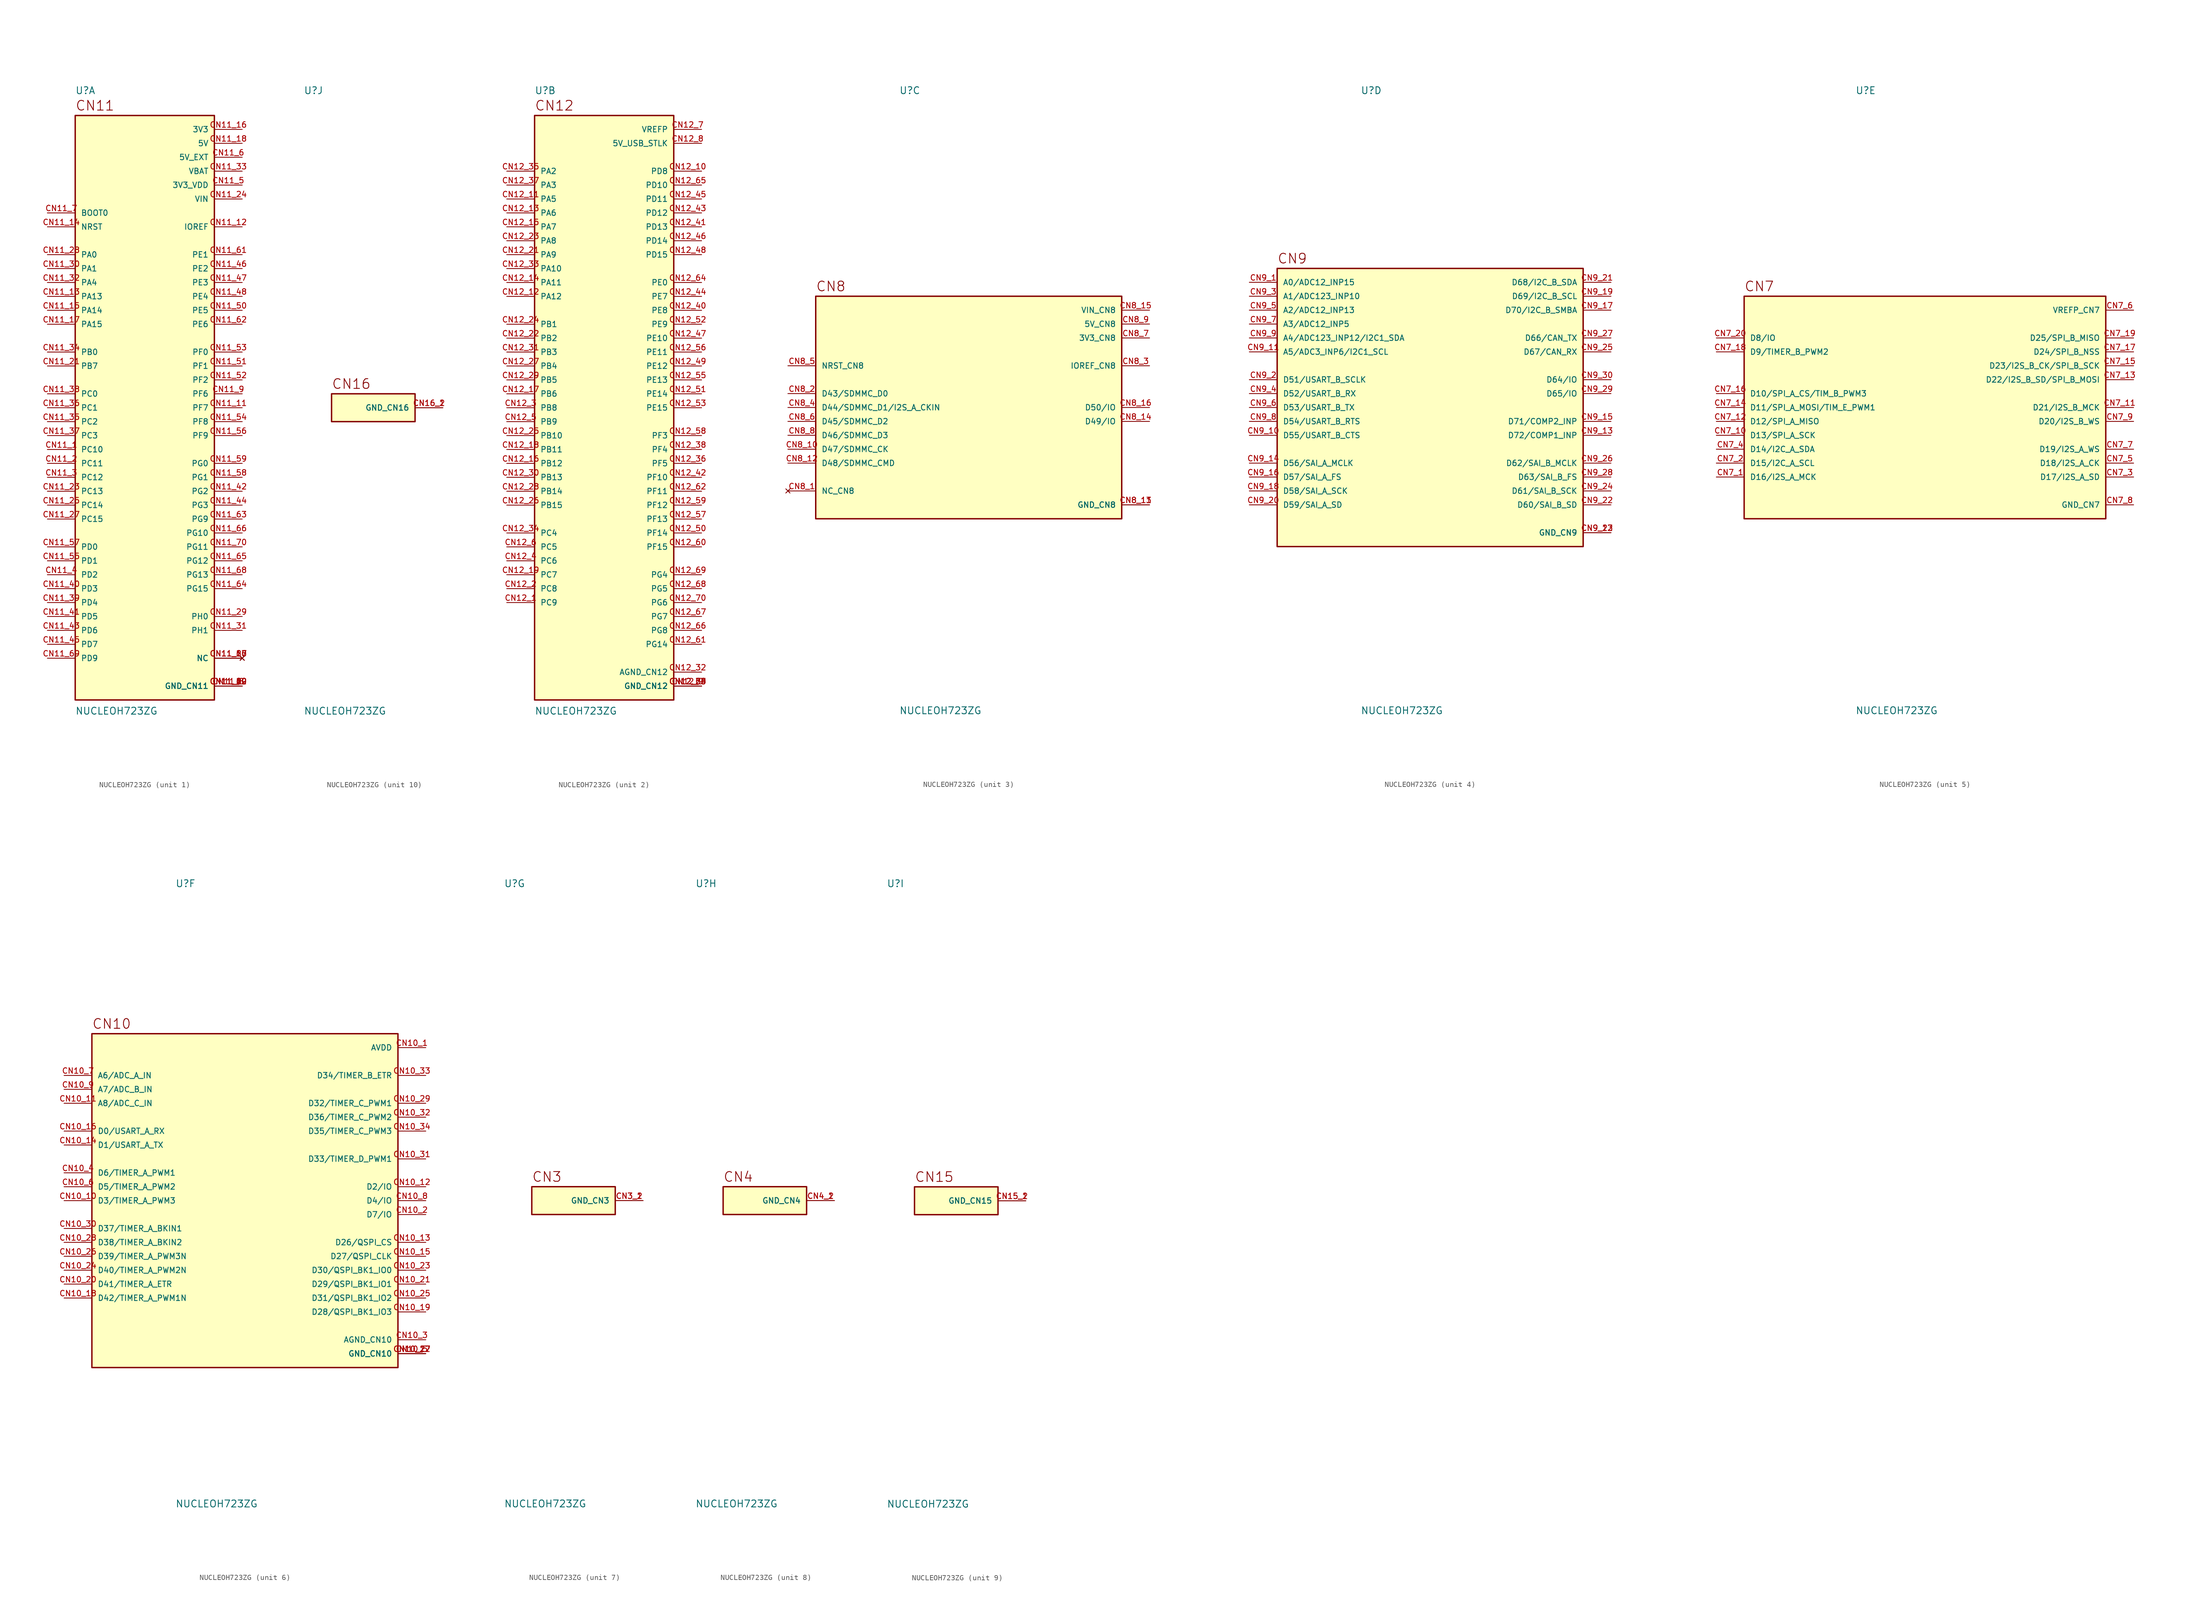
<source format=kicad_sym>
(kicad_symbol_lib
  (version 20220914)
  (generator kicad_symbol_editor)
  (symbol "NUCLEOH723ZG"
    (pin_names
      (offset 1.016))
    (property "Reference" "U"
      (at -12.7 57.15 0)
      (effects (font (size 1.27 1.27)) (justify left bottom)))
    (property "Value" "NUCLEOH723ZG"
      (at -12.7 -54.61 0)
      (effects (font (size 1.27 1.27)) (justify left top)))
    (symbol "NUCLEOH723ZG_1_0"
      (rectangle (start -12.7 -53.34) (end 12.7 53.34) (stroke (width 0.254) (type default)) (fill (type background)))
      (text "CN11" (at -12.7 54.102 0) (effects (font (size 1.778 1.778)) (justify left bottom)))
      (pin bidirectional line (at -17.78 -7.62 0) (length 5.08) (name "PC10" (effects (font (size 1.016 1.016)))) (number "CN11_1" (effects (font (size 1.016 1.016)))))
      (pin no_connect line (at 17.78 -45.72 180) (length 5.08) (name "NC" (effects (font (size 1.016 1.016)))) (number "CN11_10" (effects (font (size 1.016 1.016)))))
      (pin bidirectional line (at 17.78 0 180) (length 5.08) (name "PF7" (effects (font (size 1.016 1.016)))) (number "CN11_11" (effects (font (size 1.016 1.016)))))
      (pin bidirectional line (at 17.78 33.02 180) (length 5.08) (name "IOREF" (effects (font (size 1.016 1.016)))) (number "CN11_12" (effects (font (size 1.016 1.016)))))
      (pin bidirectional line (at -17.78 20.32 0) (length 5.08) (name "PA13" (effects (font (size 1.016 1.016)))) (number "CN11_13" (effects (font (size 1.016 1.016)))))
      (pin input line (at -17.78 33.02 0) (length 5.08) (name "NRST" (effects (font (size 1.016 1.016)))) (number "CN11_14" (effects (font (size 1.016 1.016)))))
      (pin bidirectional line (at -17.78 17.78 0) (length 5.08) (name "PA14" (effects (font (size 1.016 1.016)))) (number "CN11_15" (effects (font (size 1.016 1.016)))))
      (pin power_in line (at 17.78 50.8 180) (length 5.08) (name "3V3" (effects (font (size 1.016 1.016)))) (number "CN11_16" (effects (font (size 1.016 1.016)))))
      (pin bidirectional line (at -17.78 15.24 0) (length 5.08) (name "PA15" (effects (font (size 1.016 1.016)))) (number "CN11_17" (effects (font (size 1.016 1.016)))))
      (pin power_in line (at 17.78 48.26 180) (length 5.08) (name "5V" (effects (font (size 1.016 1.016)))) (number "CN11_18" (effects (font (size 1.016 1.016)))))
      (pin power_in line (at 17.78 -50.8 180) (length 5.08) (name "GND_CN11" (effects (font (size 1.016 1.016)))) (number "CN11_19" (effects (font (size 1.016 1.016)))))
      (pin bidirectional line (at -17.78 -10.16 0) (length 5.08) (name "PC11" (effects (font (size 1.016 1.016)))) (number "CN11_2" (effects (font (size 1.016 1.016)))))
      (pin power_in line (at 17.78 -50.8 180) (length 5.08) (name "GND_CN11" (effects (font (size 1.016 1.016)))) (number "CN11_20" (effects (font (size 1.016 1.016)))))
      (pin bidirectional line (at -17.78 7.62 0) (length 5.08) (name "PB7" (effects (font (size 1.016 1.016)))) (number "CN11_21" (effects (font (size 1.016 1.016)))))
      (pin power_in line (at 17.78 -50.8 180) (length 5.08) (name "GND_CN11" (effects (font (size 1.016 1.016)))) (number "CN11_22" (effects (font (size 1.016 1.016)))))
      (pin bidirectional line (at -17.78 -15.24 0) (length 5.08) (name "PC13" (effects (font (size 1.016 1.016)))) (number "CN11_23" (effects (font (size 1.016 1.016)))))
      (pin power_in line (at 17.78 38.1 180) (length 5.08) (name "VIN" (effects (font (size 1.016 1.016)))) (number "CN11_24" (effects (font (size 1.016 1.016)))))
      (pin bidirectional line (at -17.78 -17.78 0) (length 5.08) (name "PC14" (effects (font (size 1.016 1.016)))) (number "CN11_25" (effects (font (size 1.016 1.016)))))
      (pin no_connect line (at 17.78 -45.72 180) (length 5.08) (name "NC" (effects (font (size 1.016 1.016)))) (number "CN11_26" (effects (font (size 1.016 1.016)))))
      (pin bidirectional line (at -17.78 -20.32 0) (length 5.08) (name "PC15" (effects (font (size 1.016 1.016)))) (number "CN11_27" (effects (font (size 1.016 1.016)))))
      (pin bidirectional line (at -17.78 27.94 0) (length 5.08) (name "PA0" (effects (font (size 1.016 1.016)))) (number "CN11_28" (effects (font (size 1.016 1.016)))))
      (pin bidirectional line (at 17.78 -38.1 180) (length 5.08) (name "PH0" (effects (font (size 1.016 1.016)))) (number "CN11_29" (effects (font (size 1.016 1.016)))))
      (pin bidirectional line (at -17.78 -12.7 0) (length 5.08) (name "PC12" (effects (font (size 1.016 1.016)))) (number "CN11_3" (effects (font (size 1.016 1.016)))))
      (pin bidirectional line (at -17.78 25.4 0) (length 5.08) (name "PA1" (effects (font (size 1.016 1.016)))) (number "CN11_30" (effects (font (size 1.016 1.016)))))
      (pin bidirectional line (at 17.78 -40.64 180) (length 5.08) (name "PH1" (effects (font (size 1.016 1.016)))) (number "CN11_31" (effects (font (size 1.016 1.016)))))
      (pin bidirectional line (at -17.78 22.86 0) (length 5.08) (name "PA4" (effects (font (size 1.016 1.016)))) (number "CN11_32" (effects (font (size 1.016 1.016)))))
      (pin power_in line (at 17.78 43.18 180) (length 5.08) (name "VBAT" (effects (font (size 1.016 1.016)))) (number "CN11_33" (effects (font (size 1.016 1.016)))))
      (pin bidirectional line (at -17.78 10.16 0) (length 5.08) (name "PB0" (effects (font (size 1.016 1.016)))) (number "CN11_34" (effects (font (size 1.016 1.016)))))
      (pin bidirectional line (at -17.78 -2.54 0) (length 5.08) (name "PC2" (effects (font (size 1.016 1.016)))) (number "CN11_35" (effects (font (size 1.016 1.016)))))
      (pin bidirectional line (at -17.78 0 0) (length 5.08) (name "PC1" (effects (font (size 1.016 1.016)))) (number "CN11_36" (effects (font (size 1.016 1.016)))))
      (pin bidirectional line (at -17.78 -5.08 0) (length 5.08) (name "PC3" (effects (font (size 1.016 1.016)))) (number "CN11_37" (effects (font (size 1.016 1.016)))))
      (pin bidirectional line (at -17.78 2.54 0) (length 5.08) (name "PC0" (effects (font (size 1.016 1.016)))) (number "CN11_38" (effects (font (size 1.016 1.016)))))
      (pin bidirectional line (at -17.78 -35.56 0) (length 5.08) (name "PD4" (effects (font (size 1.016 1.016)))) (number "CN11_39" (effects (font (size 1.016 1.016)))))
      (pin bidirectional line (at -17.78 -30.48 0) (length 5.08) (name "PD2" (effects (font (size 1.016 1.016)))) (number "CN11_4" (effects (font (size 1.016 1.016)))))
      (pin bidirectional line (at -17.78 -33.02 0) (length 5.08) (name "PD3" (effects (font (size 1.016 1.016)))) (number "CN11_40" (effects (font (size 1.016 1.016)))))
      (pin bidirectional line (at -17.78 -38.1 0) (length 5.08) (name "PD5" (effects (font (size 1.016 1.016)))) (number "CN11_41" (effects (font (size 1.016 1.016)))))
      (pin bidirectional line (at 17.78 -15.24 180) (length 5.08) (name "PG2" (effects (font (size 1.016 1.016)))) (number "CN11_42" (effects (font (size 1.016 1.016)))))
      (pin bidirectional line (at -17.78 -40.64 0) (length 5.08) (name "PD6" (effects (font (size 1.016 1.016)))) (number "CN11_43" (effects (font (size 1.016 1.016)))))
      (pin bidirectional line (at 17.78 -17.78 180) (length 5.08) (name "PG3" (effects (font (size 1.016 1.016)))) (number "CN11_44" (effects (font (size 1.016 1.016)))))
      (pin bidirectional line (at -17.78 -43.18 0) (length 5.08) (name "PD7" (effects (font (size 1.016 1.016)))) (number "CN11_45" (effects (font (size 1.016 1.016)))))
      (pin bidirectional line (at 17.78 25.4 180) (length 5.08) (name "PE2" (effects (font (size 1.016 1.016)))) (number "CN11_46" (effects (font (size 1.016 1.016)))))
      (pin bidirectional line (at 17.78 22.86 180) (length 5.08) (name "PE3" (effects (font (size 1.016 1.016)))) (number "CN11_47" (effects (font (size 1.016 1.016)))))
      (pin bidirectional line (at 17.78 20.32 180) (length 5.08) (name "PE4" (effects (font (size 1.016 1.016)))) (number "CN11_48" (effects (font (size 1.016 1.016)))))
      (pin power_in line (at 17.78 -50.8 180) (length 5.08) (name "GND_CN11" (effects (font (size 1.016 1.016)))) (number "CN11_49" (effects (font (size 1.016 1.016)))))
      (pin power_in line (at 17.78 40.64 180) (length 5.08) (name "3V3_VDD" (effects (font (size 1.016 1.016)))) (number "CN11_5" (effects (font (size 1.016 1.016)))))
      (pin bidirectional line (at 17.78 17.78 180) (length 5.08) (name "PE5" (effects (font (size 1.016 1.016)))) (number "CN11_50" (effects (font (size 1.016 1.016)))))
      (pin bidirectional line (at 17.78 7.62 180) (length 5.08) (name "PF1" (effects (font (size 1.016 1.016)))) (number "CN11_51" (effects (font (size 1.016 1.016)))))
      (pin bidirectional line (at 17.78 5.08 180) (length 5.08) (name "PF2" (effects (font (size 1.016 1.016)))) (number "CN11_52" (effects (font (size 1.016 1.016)))))
      (pin bidirectional line (at 17.78 10.16 180) (length 5.08) (name "PF0" (effects (font (size 1.016 1.016)))) (number "CN11_53" (effects (font (size 1.016 1.016)))))
      (pin bidirectional line (at 17.78 -2.54 180) (length 5.08) (name "PF8" (effects (font (size 1.016 1.016)))) (number "CN11_54" (effects (font (size 1.016 1.016)))))
      (pin bidirectional line (at -17.78 -27.94 0) (length 5.08) (name "PD1" (effects (font (size 1.016 1.016)))) (number "CN11_55" (effects (font (size 1.016 1.016)))))
      (pin bidirectional line (at 17.78 -5.08 180) (length 5.08) (name "PF9" (effects (font (size 1.016 1.016)))) (number "CN11_56" (effects (font (size 1.016 1.016)))))
      (pin bidirectional line (at -17.78 -25.4 0) (length 5.08) (name "PD0" (effects (font (size 1.016 1.016)))) (number "CN11_57" (effects (font (size 1.016 1.016)))))
      (pin bidirectional line (at 17.78 -12.7 180) (length 5.08) (name "PG1" (effects (font (size 1.016 1.016)))) (number "CN11_58" (effects (font (size 1.016 1.016)))))
      (pin bidirectional line (at 17.78 -10.16 180) (length 5.08) (name "PG0" (effects (font (size 1.016 1.016)))) (number "CN11_59" (effects (font (size 1.016 1.016)))))
      (pin power_in line (at 17.78 45.72 180) (length 5.08) (name "5V_EXT" (effects (font (size 1.016 1.016)))) (number "CN11_6" (effects (font (size 1.016 1.016)))))
      (pin power_in line (at 17.78 -50.8 180) (length 5.08) (name "GND_CN11" (effects (font (size 1.016 1.016)))) (number "CN11_60" (effects (font (size 1.016 1.016)))))
      (pin bidirectional line (at 17.78 27.94 180) (length 5.08) (name "PE1" (effects (font (size 1.016 1.016)))) (number "CN11_61" (effects (font (size 1.016 1.016)))))
      (pin bidirectional line (at 17.78 15.24 180) (length 5.08) (name "PE6" (effects (font (size 1.016 1.016)))) (number "CN11_62" (effects (font (size 1.016 1.016)))))
      (pin bidirectional line (at 17.78 -20.32 180) (length 5.08) (name "PG9" (effects (font (size 1.016 1.016)))) (number "CN11_63" (effects (font (size 1.016 1.016)))))
      (pin bidirectional line (at 17.78 -33.02 180) (length 5.08) (name "PG15" (effects (font (size 1.016 1.016)))) (number "CN11_64" (effects (font (size 1.016 1.016)))))
      (pin bidirectional line (at 17.78 -27.94 180) (length 5.08) (name "PG12" (effects (font (size 1.016 1.016)))) (number "CN11_65" (effects (font (size 1.016 1.016)))))
      (pin bidirectional line (at 17.78 -22.86 180) (length 5.08) (name "PG10" (effects (font (size 1.016 1.016)))) (number "CN11_66" (effects (font (size 1.016 1.016)))))
      (pin no_connect line (at 17.78 -45.72 180) (length 5.08) (name "NC" (effects (font (size 1.016 1.016)))) (number "CN11_67" (effects (font (size 1.016 1.016)))))
      (pin bidirectional line (at 17.78 -30.48 180) (length 5.08) (name "PG13" (effects (font (size 1.016 1.016)))) (number "CN11_68" (effects (font (size 1.016 1.016)))))
      (pin bidirectional line (at -17.78 -45.72 0) (length 5.08) (name "PD9" (effects (font (size 1.016 1.016)))) (number "CN11_69" (effects (font (size 1.016 1.016)))))
      (pin input line (at -17.78 35.56 0) (length 5.08) (name "BOOT0" (effects (font (size 1.016 1.016)))) (number "CN11_7" (effects (font (size 1.016 1.016)))))
      (pin bidirectional line (at 17.78 -25.4 180) (length 5.08) (name "PG11" (effects (font (size 1.016 1.016)))) (number "CN11_70" (effects (font (size 1.016 1.016)))))
      (pin power_in line (at 17.78 -50.8 180) (length 5.08) (name "GND_CN11" (effects (font (size 1.016 1.016)))) (number "CN11_8" (effects (font (size 1.016 1.016)))))
      (pin bidirectional line (at 17.78 2.54 180) (length 5.08) (name "PF6" (effects (font (size 1.016 1.016)))) (number "CN11_9" (effects (font (size 1.016 1.016))))))
    (symbol "NUCLEOH723ZG_2_0"
      (rectangle (start -12.7 -53.34) (end 12.7 53.34) (stroke (width 0.254) (type default)) (fill (type background)))
      (text "CN12" (at -12.7 54.102 0) (effects (font (size 1.778 1.778)) (justify left bottom)))
      (pin bidirectional line (at -17.78 -35.56 0) (length 5.08) (name "PC9" (effects (font (size 1.016 1.016)))) (number "CN12_1" (effects (font (size 1.016 1.016)))))
      (pin bidirectional line (at 17.78 43.18 180) (length 5.08) (name "PD8" (effects (font (size 1.016 1.016)))) (number "CN12_10" (effects (font (size 1.016 1.016)))))
      (pin bidirectional line (at -17.78 38.1 0) (length 5.08) (name "PA5" (effects (font (size 1.016 1.016)))) (number "CN12_11" (effects (font (size 1.016 1.016)))))
      (pin bidirectional line (at -17.78 20.32 0) (length 5.08) (name "PA12" (effects (font (size 1.016 1.016)))) (number "CN12_12" (effects (font (size 1.016 1.016)))))
      (pin bidirectional line (at -17.78 35.56 0) (length 5.08) (name "PA6" (effects (font (size 1.016 1.016)))) (number "CN12_13" (effects (font (size 1.016 1.016)))))
      (pin bidirectional line (at -17.78 22.86 0) (length 5.08) (name "PA11" (effects (font (size 1.016 1.016)))) (number "CN12_14" (effects (font (size 1.016 1.016)))))
      (pin bidirectional line (at -17.78 33.02 0) (length 5.08) (name "PA7" (effects (font (size 1.016 1.016)))) (number "CN12_15" (effects (font (size 1.016 1.016)))))
      (pin bidirectional line (at -17.78 -10.16 0) (length 5.08) (name "PB12" (effects (font (size 1.016 1.016)))) (number "CN12_16" (effects (font (size 1.016 1.016)))))
      (pin bidirectional line (at -17.78 2.54 0) (length 5.08) (name "PB6" (effects (font (size 1.016 1.016)))) (number "CN12_17" (effects (font (size 1.016 1.016)))))
      (pin bidirectional line (at -17.78 -7.62 0) (length 5.08) (name "PB11" (effects (font (size 1.016 1.016)))) (number "CN12_18" (effects (font (size 1.016 1.016)))))
      (pin bidirectional line (at -17.78 -30.48 0) (length 5.08) (name "PC7" (effects (font (size 1.016 1.016)))) (number "CN12_19" (effects (font (size 1.016 1.016)))))
      (pin bidirectional line (at -17.78 -33.02 0) (length 5.08) (name "PC8" (effects (font (size 1.016 1.016)))) (number "CN12_2" (effects (font (size 1.016 1.016)))))
      (pin power_in line (at 17.78 -50.8 180) (length 5.08) (name "GND_CN12" (effects (font (size 1.016 1.016)))) (number "CN12_20" (effects (font (size 1.016 1.016)))))
      (pin bidirectional line (at -17.78 27.94 0) (length 5.08) (name "PA9" (effects (font (size 1.016 1.016)))) (number "CN12_21" (effects (font (size 1.016 1.016)))))
      (pin bidirectional line (at -17.78 12.7 0) (length 5.08) (name "PB2" (effects (font (size 1.016 1.016)))) (number "CN12_22" (effects (font (size 1.016 1.016)))))
      (pin bidirectional line (at -17.78 30.48 0) (length 5.08) (name "PA8" (effects (font (size 1.016 1.016)))) (number "CN12_23" (effects (font (size 1.016 1.016)))))
      (pin bidirectional line (at -17.78 15.24 0) (length 5.08) (name "PB1" (effects (font (size 1.016 1.016)))) (number "CN12_24" (effects (font (size 1.016 1.016)))))
      (pin bidirectional line (at -17.78 -5.08 0) (length 5.08) (name "PB10" (effects (font (size 1.016 1.016)))) (number "CN12_25" (effects (font (size 1.016 1.016)))))
      (pin bidirectional line (at -17.78 -17.78 0) (length 5.08) (name "PB15" (effects (font (size 1.016 1.016)))) (number "CN12_26" (effects (font (size 1.016 1.016)))))
      (pin bidirectional line (at -17.78 7.62 0) (length 5.08) (name "PB4" (effects (font (size 1.016 1.016)))) (number "CN12_27" (effects (font (size 1.016 1.016)))))
      (pin bidirectional line (at -17.78 -15.24 0) (length 5.08) (name "PB14" (effects (font (size 1.016 1.016)))) (number "CN12_28" (effects (font (size 1.016 1.016)))))
      (pin bidirectional line (at -17.78 5.08 0) (length 5.08) (name "PB5" (effects (font (size 1.016 1.016)))) (number "CN12_29" (effects (font (size 1.016 1.016)))))
      (pin bidirectional line (at -17.78 0 0) (length 5.08) (name "PB8" (effects (font (size 1.016 1.016)))) (number "CN12_3" (effects (font (size 1.016 1.016)))))
      (pin bidirectional line (at -17.78 -12.7 0) (length 5.08) (name "PB13" (effects (font (size 1.016 1.016)))) (number "CN12_30" (effects (font (size 1.016 1.016)))))
      (pin bidirectional line (at -17.78 10.16 0) (length 5.08) (name "PB3" (effects (font (size 1.016 1.016)))) (number "CN12_31" (effects (font (size 1.016 1.016)))))
      (pin power_in line (at 17.78 -48.26 180) (length 5.08) (name "AGND_CN12" (effects (font (size 1.016 1.016)))) (number "CN12_32" (effects (font (size 1.016 1.016)))))
      (pin bidirectional line (at -17.78 25.4 0) (length 5.08) (name "PA10" (effects (font (size 1.016 1.016)))) (number "CN12_33" (effects (font (size 1.016 1.016)))))
      (pin bidirectional line (at -17.78 -22.86 0) (length 5.08) (name "PC4" (effects (font (size 1.016 1.016)))) (number "CN12_34" (effects (font (size 1.016 1.016)))))
      (pin bidirectional line (at -17.78 43.18 0) (length 5.08) (name "PA2" (effects (font (size 1.016 1.016)))) (number "CN12_35" (effects (font (size 1.016 1.016)))))
      (pin bidirectional line (at 17.78 -10.16 180) (length 5.08) (name "PF5" (effects (font (size 1.016 1.016)))) (number "CN12_36" (effects (font (size 1.016 1.016)))))
      (pin bidirectional line (at -17.78 40.64 0) (length 5.08) (name "PA3" (effects (font (size 1.016 1.016)))) (number "CN12_37" (effects (font (size 1.016 1.016)))))
      (pin bidirectional line (at 17.78 -7.62 180) (length 5.08) (name "PF4" (effects (font (size 1.016 1.016)))) (number "CN12_38" (effects (font (size 1.016 1.016)))))
      (pin power_in line (at 17.78 -50.8 180) (length 5.08) (name "GND_CN12" (effects (font (size 1.016 1.016)))) (number "CN12_39" (effects (font (size 1.016 1.016)))))
      (pin bidirectional line (at -17.78 -27.94 0) (length 5.08) (name "PC6" (effects (font (size 1.016 1.016)))) (number "CN12_4" (effects (font (size 1.016 1.016)))))
      (pin bidirectional line (at 17.78 17.78 180) (length 5.08) (name "PE8" (effects (font (size 1.016 1.016)))) (number "CN12_40" (effects (font (size 1.016 1.016)))))
      (pin bidirectional line (at 17.78 33.02 180) (length 5.08) (name "PD13" (effects (font (size 1.016 1.016)))) (number "CN12_41" (effects (font (size 1.016 1.016)))))
      (pin bidirectional line (at 17.78 -12.7 180) (length 5.08) (name "PF10" (effects (font (size 1.016 1.016)))) (number "CN12_42" (effects (font (size 1.016 1.016)))))
      (pin bidirectional line (at 17.78 35.56 180) (length 5.08) (name "PD12" (effects (font (size 1.016 1.016)))) (number "CN12_43" (effects (font (size 1.016 1.016)))))
      (pin bidirectional line (at 17.78 20.32 180) (length 5.08) (name "PE7" (effects (font (size 1.016 1.016)))) (number "CN12_44" (effects (font (size 1.016 1.016)))))
      (pin bidirectional line (at 17.78 38.1 180) (length 5.08) (name "PD11" (effects (font (size 1.016 1.016)))) (number "CN12_45" (effects (font (size 1.016 1.016)))))
      (pin bidirectional line (at 17.78 30.48 180) (length 5.08) (name "PD14" (effects (font (size 1.016 1.016)))) (number "CN12_46" (effects (font (size 1.016 1.016)))))
      (pin bidirectional line (at 17.78 12.7 180) (length 5.08) (name "PE10" (effects (font (size 1.016 1.016)))) (number "CN12_47" (effects (font (size 1.016 1.016)))))
      (pin bidirectional line (at 17.78 27.94 180) (length 5.08) (name "PD15" (effects (font (size 1.016 1.016)))) (number "CN12_48" (effects (font (size 1.016 1.016)))))
      (pin bidirectional line (at 17.78 7.62 180) (length 5.08) (name "PE12" (effects (font (size 1.016 1.016)))) (number "CN12_49" (effects (font (size 1.016 1.016)))))
      (pin bidirectional line (at -17.78 -2.54 0) (length 5.08) (name "PB9" (effects (font (size 1.016 1.016)))) (number "CN12_5" (effects (font (size 1.016 1.016)))))
      (pin bidirectional line (at 17.78 -22.86 180) (length 5.08) (name "PF14" (effects (font (size 1.016 1.016)))) (number "CN12_50" (effects (font (size 1.016 1.016)))))
      (pin bidirectional line (at 17.78 2.54 180) (length 5.08) (name "PE14" (effects (font (size 1.016 1.016)))) (number "CN12_51" (effects (font (size 1.016 1.016)))))
      (pin bidirectional line (at 17.78 15.24 180) (length 5.08) (name "PE9" (effects (font (size 1.016 1.016)))) (number "CN12_52" (effects (font (size 1.016 1.016)))))
      (pin bidirectional line (at 17.78 0 180) (length 5.08) (name "PE15" (effects (font (size 1.016 1.016)))) (number "CN12_53" (effects (font (size 1.016 1.016)))))
      (pin power_in line (at 17.78 -50.8 180) (length 5.08) (name "GND_CN12" (effects (font (size 1.016 1.016)))) (number "CN12_54" (effects (font (size 1.016 1.016)))))
      (pin bidirectional line (at 17.78 5.08 180) (length 5.08) (name "PE13" (effects (font (size 1.016 1.016)))) (number "CN12_55" (effects (font (size 1.016 1.016)))))
      (pin bidirectional line (at 17.78 10.16 180) (length 5.08) (name "PE11" (effects (font (size 1.016 1.016)))) (number "CN12_56" (effects (font (size 1.016 1.016)))))
      (pin bidirectional line (at 17.78 -20.32 180) (length 5.08) (name "PF13" (effects (font (size 1.016 1.016)))) (number "CN12_57" (effects (font (size 1.016 1.016)))))
      (pin bidirectional line (at 17.78 -5.08 180) (length 5.08) (name "PF3" (effects (font (size 1.016 1.016)))) (number "CN12_58" (effects (font (size 1.016 1.016)))))
      (pin bidirectional line (at 17.78 -17.78 180) (length 5.08) (name "PF12" (effects (font (size 1.016 1.016)))) (number "CN12_59" (effects (font (size 1.016 1.016)))))
      (pin bidirectional line (at -17.78 -25.4 0) (length 5.08) (name "PC5" (effects (font (size 1.016 1.016)))) (number "CN12_6" (effects (font (size 1.016 1.016)))))
      (pin bidirectional line (at 17.78 -25.4 180) (length 5.08) (name "PF15" (effects (font (size 1.016 1.016)))) (number "CN12_60" (effects (font (size 1.016 1.016)))))
      (pin bidirectional line (at 17.78 -43.18 180) (length 5.08) (name "PG14" (effects (font (size 1.016 1.016)))) (number "CN12_61" (effects (font (size 1.016 1.016)))))
      (pin bidirectional line (at 17.78 -15.24 180) (length 5.08) (name "PF11" (effects (font (size 1.016 1.016)))) (number "CN12_62" (effects (font (size 1.016 1.016)))))
      (pin power_in line (at 17.78 -50.8 180) (length 5.08) (name "GND_CN12" (effects (font (size 1.016 1.016)))) (number "CN12_63" (effects (font (size 1.016 1.016)))))
      (pin bidirectional line (at 17.78 22.86 180) (length 5.08) (name "PE0" (effects (font (size 1.016 1.016)))) (number "CN12_64" (effects (font (size 1.016 1.016)))))
      (pin bidirectional line (at 17.78 40.64 180) (length 5.08) (name "PD10" (effects (font (size 1.016 1.016)))) (number "CN12_65" (effects (font (size 1.016 1.016)))))
      (pin bidirectional line (at 17.78 -40.64 180) (length 5.08) (name "PG8" (effects (font (size 1.016 1.016)))) (number "CN12_66" (effects (font (size 1.016 1.016)))))
      (pin bidirectional line (at 17.78 -38.1 180) (length 5.08) (name "PG7" (effects (font (size 1.016 1.016)))) (number "CN12_67" (effects (font (size 1.016 1.016)))))
      (pin bidirectional line (at 17.78 -33.02 180) (length 5.08) (name "PG5" (effects (font (size 1.016 1.016)))) (number "CN12_68" (effects (font (size 1.016 1.016)))))
      (pin bidirectional line (at 17.78 -30.48 180) (length 5.08) (name "PG4" (effects (font (size 1.016 1.016)))) (number "CN12_69" (effects (font (size 1.016 1.016)))))
      (pin power_in line (at 17.78 50.8 180) (length 5.08) (name "VREFP" (effects (font (size 1.016 1.016)))) (number "CN12_7" (effects (font (size 1.016 1.016)))))
      (pin bidirectional line (at 17.78 -35.56 180) (length 5.08) (name "PG6" (effects (font (size 1.016 1.016)))) (number "CN12_70" (effects (font (size 1.016 1.016)))))
      (pin power_in line (at 17.78 48.26 180) (length 5.08) (name "5V_USB_STLK" (effects (font (size 1.016 1.016)))) (number "CN12_8" (effects (font (size 1.016 1.016)))))
      (pin power_in line (at 17.78 -50.8 180) (length 5.08) (name "GND_CN12" (effects (font (size 1.016 1.016)))) (number "CN12_9" (effects (font (size 1.016 1.016))))))
    (symbol "NUCLEOH723ZG_3_0"
      (rectangle (start -27.94 -20.32) (end 27.94 20.32) (stroke (width 0.254) (type default)) (fill (type background)))
      (text "CN8" (at -27.94 21.082 0) (effects (font (size 1.778 1.778)) (justify left bottom)))
      (pin no_connect line (at -33.02 -15.24 0) (length 5.08) (name "NC_CN8" (effects (font (size 1.016 1.016)))) (number "CN8_1" (effects (font (size 1.016 1.016)))))
      (pin bidirectional line (at -33.02 -7.62 0) (length 5.08) (name "D47/SDMMC_CK" (effects (font (size 1.016 1.016)))) (number "CN8_10" (effects (font (size 1.016 1.016)))))
      (pin power_in line (at 33.02 -17.78 180) (length 5.08) (name "GND_CN8" (effects (font (size 1.016 1.016)))) (number "CN8_11" (effects (font (size 1.016 1.016)))))
      (pin bidirectional line (at -33.02 -10.16 0) (length 5.08) (name "D48/SDMMC_CMD" (effects (font (size 1.016 1.016)))) (number "CN8_12" (effects (font (size 1.016 1.016)))))
      (pin power_in line (at 33.02 -17.78 180) (length 5.08) (name "GND_CN8" (effects (font (size 1.016 1.016)))) (number "CN8_13" (effects (font (size 1.016 1.016)))))
      (pin bidirectional line (at 33.02 -2.54 180) (length 5.08) (name "D49/IO" (effects (font (size 1.016 1.016)))) (number "CN8_14" (effects (font (size 1.016 1.016)))))
      (pin power_in line (at 33.02 17.78 180) (length 5.08) (name "VIN_CN8" (effects (font (size 1.016 1.016)))) (number "CN8_15" (effects (font (size 1.016 1.016)))))
      (pin bidirectional line (at 33.02 0 180) (length 5.08) (name "D50/IO" (effects (font (size 1.016 1.016)))) (number "CN8_16" (effects (font (size 1.016 1.016)))))
      (pin bidirectional line (at -33.02 2.54 0) (length 5.08) (name "D43/SDMMC_D0" (effects (font (size 1.016 1.016)))) (number "CN8_2" (effects (font (size 1.016 1.016)))))
      (pin bidirectional line (at 33.02 7.62 180) (length 5.08) (name "IOREF_CN8" (effects (font (size 1.016 1.016)))) (number "CN8_3" (effects (font (size 1.016 1.016)))))
      (pin bidirectional line (at -33.02 0 0) (length 5.08) (name "D44/SDMMC_D1/I2S_A_CKIN" (effects (font (size 1.016 1.016)))) (number "CN8_4" (effects (font (size 1.016 1.016)))))
      (pin input line (at -33.02 7.62 0) (length 5.08) (name "NRST_CN8" (effects (font (size 1.016 1.016)))) (number "CN8_5" (effects (font (size 1.016 1.016)))))
      (pin bidirectional line (at -33.02 -2.54 0) (length 5.08) (name "D45/SDMMC_D2" (effects (font (size 1.016 1.016)))) (number "CN8_6" (effects (font (size 1.016 1.016)))))
      (pin power_in line (at 33.02 12.7 180) (length 5.08) (name "3V3_CN8" (effects (font (size 1.016 1.016)))) (number "CN8_7" (effects (font (size 1.016 1.016)))))
      (pin bidirectional line (at -33.02 -5.08 0) (length 5.08) (name "D46/SDMMC_D3" (effects (font (size 1.016 1.016)))) (number "CN8_8" (effects (font (size 1.016 1.016)))))
      (pin power_in line (at 33.02 15.24 180) (length 5.08) (name "5V_CN8" (effects (font (size 1.016 1.016)))) (number "CN8_9" (effects (font (size 1.016 1.016))))))
    (symbol "NUCLEOH723ZG_4_0"
      (rectangle (start -27.94 -25.4) (end 27.94 25.4) (stroke (width 0.254) (type default)) (fill (type background)))
      (text "CN9" (at -27.94 26.162 0) (effects (font (size 1.778 1.778)) (justify left bottom)))
      (pin input line (at -33.02 22.86 0) (length 5.08) (name "A0/ADC12_INP15" (effects (font (size 1.016 1.016)))) (number "CN9_1" (effects (font (size 1.016 1.016)))))
      (pin bidirectional line (at -33.02 -5.08 0) (length 5.08) (name "D55/USART_B_CTS" (effects (font (size 1.016 1.016)))) (number "CN9_10" (effects (font (size 1.016 1.016)))))
      (pin input line (at -33.02 10.16 0) (length 5.08) (name "A5/ADC3_INP6/I2C1_SCL" (effects (font (size 1.016 1.016)))) (number "CN9_11" (effects (font (size 1.016 1.016)))))
      (pin power_in line (at 33.02 -22.86 180) (length 5.08) (name "GND_CN9" (effects (font (size 1.016 1.016)))) (number "CN9_12" (effects (font (size 1.016 1.016)))))
      (pin bidirectional line (at 33.02 -5.08 180) (length 5.08) (name "D72/COMP1_INP" (effects (font (size 1.016 1.016)))) (number "CN9_13" (effects (font (size 1.016 1.016)))))
      (pin bidirectional line (at -33.02 -10.16 0) (length 5.08) (name "D56/SAI_A_MCLK" (effects (font (size 1.016 1.016)))) (number "CN9_14" (effects (font (size 1.016 1.016)))))
      (pin bidirectional line (at 33.02 -2.54 180) (length 5.08) (name "D71/COMP2_INP" (effects (font (size 1.016 1.016)))) (number "CN9_15" (effects (font (size 1.016 1.016)))))
      (pin bidirectional line (at -33.02 -12.7 0) (length 5.08) (name "D57/SAI_A_FS" (effects (font (size 1.016 1.016)))) (number "CN9_16" (effects (font (size 1.016 1.016)))))
      (pin bidirectional line (at 33.02 17.78 180) (length 5.08) (name "D70/I2C_B_SMBA" (effects (font (size 1.016 1.016)))) (number "CN9_17" (effects (font (size 1.016 1.016)))))
      (pin bidirectional line (at -33.02 -15.24 0) (length 5.08) (name "D58/SAI_A_SCK" (effects (font (size 1.016 1.016)))) (number "CN9_18" (effects (font (size 1.016 1.016)))))
      (pin bidirectional line (at 33.02 20.32 180) (length 5.08) (name "D69/I2C_B_SCL" (effects (font (size 1.016 1.016)))) (number "CN9_19" (effects (font (size 1.016 1.016)))))
      (pin bidirectional line (at -33.02 5.08 0) (length 5.08) (name "D51/USART_B_SCLK" (effects (font (size 1.016 1.016)))) (number "CN9_2" (effects (font (size 1.016 1.016)))))
      (pin bidirectional line (at -33.02 -17.78 0) (length 5.08) (name "D59/SAI_A_SD" (effects (font (size 1.016 1.016)))) (number "CN9_20" (effects (font (size 1.016 1.016)))))
      (pin bidirectional line (at 33.02 22.86 180) (length 5.08) (name "D68/I2C_B_SDA" (effects (font (size 1.016 1.016)))) (number "CN9_21" (effects (font (size 1.016 1.016)))))
      (pin bidirectional line (at 33.02 -17.78 180) (length 5.08) (name "D60/SAI_B_SD" (effects (font (size 1.016 1.016)))) (number "CN9_22" (effects (font (size 1.016 1.016)))))
      (pin power_in line (at 33.02 -22.86 180) (length 5.08) (name "GND_CN9" (effects (font (size 1.016 1.016)))) (number "CN9_23" (effects (font (size 1.016 1.016)))))
      (pin bidirectional line (at 33.02 -15.24 180) (length 5.08) (name "D61/SAI_B_SCK" (effects (font (size 1.016 1.016)))) (number "CN9_24" (effects (font (size 1.016 1.016)))))
      (pin input line (at 33.02 10.16 180) (length 5.08) (name "D67/CAN_RX" (effects (font (size 1.016 1.016)))) (number "CN9_25" (effects (font (size 1.016 1.016)))))
      (pin bidirectional line (at 33.02 -10.16 180) (length 5.08) (name "D62/SAI_B_MCLK" (effects (font (size 1.016 1.016)))) (number "CN9_26" (effects (font (size 1.016 1.016)))))
      (pin output line (at 33.02 12.7 180) (length 5.08) (name "D66/CAN_TX" (effects (font (size 1.016 1.016)))) (number "CN9_27" (effects (font (size 1.016 1.016)))))
      (pin bidirectional line (at 33.02 -12.7 180) (length 5.08) (name "D63/SAI_B_FS" (effects (font (size 1.016 1.016)))) (number "CN9_28" (effects (font (size 1.016 1.016)))))
      (pin bidirectional line (at 33.02 2.54 180) (length 5.08) (name "D65/IO" (effects (font (size 1.016 1.016)))) (number "CN9_29" (effects (font (size 1.016 1.016)))))
      (pin input line (at -33.02 20.32 0) (length 5.08) (name "A1/ADC123_INP10" (effects (font (size 1.016 1.016)))) (number "CN9_3" (effects (font (size 1.016 1.016)))))
      (pin bidirectional line (at 33.02 5.08 180) (length 5.08) (name "D64/IO" (effects (font (size 1.016 1.016)))) (number "CN9_30" (effects (font (size 1.016 1.016)))))
      (pin bidirectional line (at -33.02 2.54 0) (length 5.08) (name "D52/USART_B_RX" (effects (font (size 1.016 1.016)))) (number "CN9_4" (effects (font (size 1.016 1.016)))))
      (pin input line (at -33.02 17.78 0) (length 5.08) (name "A2/ADC12_INP13" (effects (font (size 1.016 1.016)))) (number "CN9_5" (effects (font (size 1.016 1.016)))))
      (pin bidirectional line (at -33.02 0 0) (length 5.08) (name "D53/USART_B_TX" (effects (font (size 1.016 1.016)))) (number "CN9_6" (effects (font (size 1.016 1.016)))))
      (pin input line (at -33.02 15.24 0) (length 5.08) (name "A3/ADC12_INP5" (effects (font (size 1.016 1.016)))) (number "CN9_7" (effects (font (size 1.016 1.016)))))
      (pin bidirectional line (at -33.02 -2.54 0) (length 5.08) (name "D54/USART_B_RTS" (effects (font (size 1.016 1.016)))) (number "CN9_8" (effects (font (size 1.016 1.016)))))
      (pin input line (at -33.02 12.7 0) (length 5.08) (name "A4/ADC123_INP12/I2C1_SDA" (effects (font (size 1.016 1.016)))) (number "CN9_9" (effects (font (size 1.016 1.016))))))
    (symbol "NUCLEOH723ZG_5_0"
      (rectangle (start -33.02 -20.32) (end 33.02 20.32) (stroke (width 0.254) (type default)) (fill (type background)))
      (text "CN7" (at -33.02 21.082 0) (effects (font (size 1.778 1.778)) (justify left bottom)))
      (pin bidirectional line (at -38.1 -12.7 0) (length 5.08) (name "D16/I2S_A_MCK" (effects (font (size 1.016 1.016)))) (number "CN7_1" (effects (font (size 1.016 1.016)))))
      (pin bidirectional line (at -38.1 -5.08 0) (length 5.08) (name "D13/SPI_A_SCK" (effects (font (size 1.016 1.016)))) (number "CN7_10" (effects (font (size 1.016 1.016)))))
      (pin bidirectional line (at 38.1 0 180) (length 5.08) (name "D21/I2S_B_MCK" (effects (font (size 1.016 1.016)))) (number "CN7_11" (effects (font (size 1.016 1.016)))))
      (pin bidirectional line (at -38.1 -2.54 0) (length 5.08) (name "D12/SPI_A_MISO" (effects (font (size 1.016 1.016)))) (number "CN7_12" (effects (font (size 1.016 1.016)))))
      (pin bidirectional line (at 38.1 5.08 180) (length 5.08) (name "D22/I2S_B_SD/SPI_B_MOSI" (effects (font (size 1.016 1.016)))) (number "CN7_13" (effects (font (size 1.016 1.016)))))
      (pin bidirectional line (at -38.1 0 0) (length 5.08) (name "D11/SPI_A_MOSI/TIM_E_PWM1" (effects (font (size 1.016 1.016)))) (number "CN7_14" (effects (font (size 1.016 1.016)))))
      (pin bidirectional line (at 38.1 7.62 180) (length 5.08) (name "D23/I2S_B_CK/SPI_B_SCK" (effects (font (size 1.016 1.016)))) (number "CN7_15" (effects (font (size 1.016 1.016)))))
      (pin bidirectional line (at -38.1 2.54 0) (length 5.08) (name "D10/SPI_A_CS/TIM_B_PWM3" (effects (font (size 1.016 1.016)))) (number "CN7_16" (effects (font (size 1.016 1.016)))))
      (pin bidirectional line (at 38.1 10.16 180) (length 5.08) (name "D24/SPI_B_NSS" (effects (font (size 1.016 1.016)))) (number "CN7_17" (effects (font (size 1.016 1.016)))))
      (pin bidirectional line (at -38.1 10.16 0) (length 5.08) (name "D9/TIMER_B_PWM2" (effects (font (size 1.016 1.016)))) (number "CN7_18" (effects (font (size 1.016 1.016)))))
      (pin bidirectional line (at 38.1 12.7 180) (length 5.08) (name "D25/SPI_B_MISO" (effects (font (size 1.016 1.016)))) (number "CN7_19" (effects (font (size 1.016 1.016)))))
      (pin bidirectional line (at -38.1 -10.16 0) (length 5.08) (name "D15/I2C_A_SCL" (effects (font (size 1.016 1.016)))) (number "CN7_2" (effects (font (size 1.016 1.016)))))
      (pin bidirectional line (at -38.1 12.7 0) (length 5.08) (name "D8/IO" (effects (font (size 1.016 1.016)))) (number "CN7_20" (effects (font (size 1.016 1.016)))))
      (pin bidirectional line (at 38.1 -12.7 180) (length 5.08) (name "D17/I2S_A_SD" (effects (font (size 1.016 1.016)))) (number "CN7_3" (effects (font (size 1.016 1.016)))))
      (pin bidirectional line (at -38.1 -7.62 0) (length 5.08) (name "D14/I2C_A_SDA" (effects (font (size 1.016 1.016)))) (number "CN7_4" (effects (font (size 1.016 1.016)))))
      (pin bidirectional line (at 38.1 -10.16 180) (length 5.08) (name "D18/I2S_A_CK" (effects (font (size 1.016 1.016)))) (number "CN7_5" (effects (font (size 1.016 1.016)))))
      (pin power_in line (at 38.1 17.78 180) (length 5.08) (name "VREFP_CN7" (effects (font (size 1.016 1.016)))) (number "CN7_6" (effects (font (size 1.016 1.016)))))
      (pin bidirectional line (at 38.1 -7.62 180) (length 5.08) (name "D19/I2S_A_WS" (effects (font (size 1.016 1.016)))) (number "CN7_7" (effects (font (size 1.016 1.016)))))
      (pin power_in line (at 38.1 -17.78 180) (length 5.08) (name "GND_CN7" (effects (font (size 1.016 1.016)))) (number "CN7_8" (effects (font (size 1.016 1.016)))))
      (pin bidirectional line (at 38.1 -2.54 180) (length 5.08) (name "D20/I2S_B_WS" (effects (font (size 1.016 1.016)))) (number "CN7_9" (effects (font (size 1.016 1.016))))))
    (symbol "NUCLEOH723ZG_6_0"
      (rectangle (start -27.94 -30.48) (end 27.94 30.48) (stroke (width 0.254) (type default)) (fill (type background)))
      (text "CN10" (at -27.94 31.242 0) (effects (font (size 1.778 1.778)) (justify left bottom)))
      (pin power_in line (at 33.02 27.94 180) (length 5.08) (name "AVDD" (effects (font (size 1.016 1.016)))) (number "CN10_1" (effects (font (size 1.016 1.016)))))
      (pin bidirectional line (at -33.02 0 0) (length 5.08) (name "D3/TIMER_A_PWM3" (effects (font (size 1.016 1.016)))) (number "CN10_10" (effects (font (size 1.016 1.016)))))
      (pin input line (at -33.02 17.78 0) (length 5.08) (name "A8/ADC_C_IN" (effects (font (size 1.016 1.016)))) (number "CN10_11" (effects (font (size 1.016 1.016)))))
      (pin bidirectional line (at 33.02 2.54 180) (length 5.08) (name "D2/IO" (effects (font (size 1.016 1.016)))) (number "CN10_12" (effects (font (size 1.016 1.016)))))
      (pin bidirectional line (at 33.02 -7.62 180) (length 5.08) (name "D26/QSPI_CS" (effects (font (size 1.016 1.016)))) (number "CN10_13" (effects (font (size 1.016 1.016)))))
      (pin output line (at -33.02 10.16 0) (length 5.08) (name "D1/USART_A_TX" (effects (font (size 1.016 1.016)))) (number "CN10_14" (effects (font (size 1.016 1.016)))))
      (pin bidirectional line (at 33.02 -10.16 180) (length 5.08) (name "D27/QSPI_CLK" (effects (font (size 1.016 1.016)))) (number "CN10_15" (effects (font (size 1.016 1.016)))))
      (pin input line (at -33.02 12.7 0) (length 5.08) (name "D0/USART_A_RX" (effects (font (size 1.016 1.016)))) (number "CN10_16" (effects (font (size 1.016 1.016)))))
      (pin power_in line (at 33.02 -27.94 180) (length 5.08) (name "GND_CN10" (effects (font (size 1.016 1.016)))) (number "CN10_17" (effects (font (size 1.016 1.016)))))
      (pin bidirectional line (at -33.02 -17.78 0) (length 5.08) (name "D42/TIMER_A_PWM1N" (effects (font (size 1.016 1.016)))) (number "CN10_18" (effects (font (size 1.016 1.016)))))
      (pin bidirectional line (at 33.02 -20.32 180) (length 5.08) (name "D28/QSPI_BK1_IO3" (effects (font (size 1.016 1.016)))) (number "CN10_19" (effects (font (size 1.016 1.016)))))
      (pin bidirectional line (at 33.02 -2.54 180) (length 5.08) (name "D7/IO" (effects (font (size 1.016 1.016)))) (number "CN10_2" (effects (font (size 1.016 1.016)))))
      (pin bidirectional line (at -33.02 -15.24 0) (length 5.08) (name "D41/TIMER_A_ETR" (effects (font (size 1.016 1.016)))) (number "CN10_20" (effects (font (size 1.016 1.016)))))
      (pin bidirectional line (at 33.02 -15.24 180) (length 5.08) (name "D29/QSPI_BK1_IO1" (effects (font (size 1.016 1.016)))) (number "CN10_21" (effects (font (size 1.016 1.016)))))
      (pin power_in line (at 33.02 -27.94 180) (length 5.08) (name "GND_CN10" (effects (font (size 1.016 1.016)))) (number "CN10_22" (effects (font (size 1.016 1.016)))))
      (pin bidirectional line (at 33.02 -12.7 180) (length 5.08) (name "D30/QSPI_BK1_IO0" (effects (font (size 1.016 1.016)))) (number "CN10_23" (effects (font (size 1.016 1.016)))))
      (pin bidirectional line (at -33.02 -12.7 0) (length 5.08) (name "D40/TIMER_A_PWM2N" (effects (font (size 1.016 1.016)))) (number "CN10_24" (effects (font (size 1.016 1.016)))))
      (pin bidirectional line (at 33.02 -17.78 180) (length 5.08) (name "D31/QSPI_BK1_IO2" (effects (font (size 1.016 1.016)))) (number "CN10_25" (effects (font (size 1.016 1.016)))))
      (pin bidirectional line (at -33.02 -10.16 0) (length 5.08) (name "D39/TIMER_A_PWM3N" (effects (font (size 1.016 1.016)))) (number "CN10_26" (effects (font (size 1.016 1.016)))))
      (pin power_in line (at 33.02 -27.94 180) (length 5.08) (name "GND_CN10" (effects (font (size 1.016 1.016)))) (number "CN10_27" (effects (font (size 1.016 1.016)))))
      (pin bidirectional line (at -33.02 -7.62 0) (length 5.08) (name "D38/TIMER_A_BKIN2" (effects (font (size 1.016 1.016)))) (number "CN10_28" (effects (font (size 1.016 1.016)))))
      (pin bidirectional line (at 33.02 17.78 180) (length 5.08) (name "D32/TIMER_C_PWM1" (effects (font (size 1.016 1.016)))) (number "CN10_29" (effects (font (size 1.016 1.016)))))
      (pin power_in line (at 33.02 -25.4 180) (length 5.08) (name "AGND_CN10" (effects (font (size 1.016 1.016)))) (number "CN10_3" (effects (font (size 1.016 1.016)))))
      (pin bidirectional line (at -33.02 -5.08 0) (length 5.08) (name "D37/TIMER_A_BKIN1" (effects (font (size 1.016 1.016)))) (number "CN10_30" (effects (font (size 1.016 1.016)))))
      (pin bidirectional line (at 33.02 7.62 180) (length 5.08) (name "D33/TIMER_D_PWM1" (effects (font (size 1.016 1.016)))) (number "CN10_31" (effects (font (size 1.016 1.016)))))
      (pin bidirectional line (at 33.02 15.24 180) (length 5.08) (name "D36/TIMER_C_PWM2" (effects (font (size 1.016 1.016)))) (number "CN10_32" (effects (font (size 1.016 1.016)))))
      (pin bidirectional line (at 33.02 22.86 180) (length 5.08) (name "D34/TIMER_B_ETR" (effects (font (size 1.016 1.016)))) (number "CN10_33" (effects (font (size 1.016 1.016)))))
      (pin bidirectional line (at 33.02 12.7 180) (length 5.08) (name "D35/TIMER_C_PWM3" (effects (font (size 1.016 1.016)))) (number "CN10_34" (effects (font (size 1.016 1.016)))))
      (pin bidirectional line (at -33.02 5.08 0) (length 5.08) (name "D6/TIMER_A_PWM1" (effects (font (size 1.016 1.016)))) (number "CN10_4" (effects (font (size 1.016 1.016)))))
      (pin power_in line (at 33.02 -27.94 180) (length 5.08) (name "GND_CN10" (effects (font (size 1.016 1.016)))) (number "CN10_5" (effects (font (size 1.016 1.016)))))
      (pin bidirectional line (at -33.02 2.54 0) (length 5.08) (name "D5/TIMER_A_PWM2" (effects (font (size 1.016 1.016)))) (number "CN10_6" (effects (font (size 1.016 1.016)))))
      (pin input line (at -33.02 22.86 0) (length 5.08) (name "A6/ADC_A_IN" (effects (font (size 1.016 1.016)))) (number "CN10_7" (effects (font (size 1.016 1.016)))))
      (pin bidirectional line (at 33.02 0 180) (length 5.08) (name "D4/IO" (effects (font (size 1.016 1.016)))) (number "CN10_8" (effects (font (size 1.016 1.016)))))
      (pin input line (at -33.02 20.32 0) (length 5.08) (name "A7/ADC_B_IN" (effects (font (size 1.016 1.016)))) (number "CN10_9" (effects (font (size 1.016 1.016))))))
    (symbol "NUCLEOH723ZG_7_0"
      (rectangle (start -7.62 -2.54) (end 7.62 2.54) (stroke (width 0.254) (type default)) (fill (type background)))
      (text "CN3" (at -7.62 3.302 0) (effects (font (size 1.778 1.778)) (justify left bottom)))
      (pin power_in line (at 12.7 0 180) (length 5.08) (name "GND_CN3" (effects (font (size 1.016 1.016)))) (number "CN3_1" (effects (font (size 1.016 1.016)))))
      (pin power_in line (at 12.7 0 180) (length 5.08) (name "GND_CN3" (effects (font (size 1.016 1.016)))) (number "CN3_2" (effects (font (size 1.016 1.016))))))
    (symbol "NUCLEOH723ZG_8_0"
      (rectangle (start -7.62 -2.54) (end 7.62 2.54) (stroke (width 0.254) (type default)) (fill (type background)))
      (text "CN4" (at -7.62 3.302 0) (effects (font (size 1.778 1.778)) (justify left bottom)))
      (pin power_in line (at 12.7 0 180) (length 5.08) (name "GND_CN4" (effects (font (size 1.016 1.016)))) (number "CN4_1" (effects (font (size 1.016 1.016)))))
      (pin power_in line (at 12.7 0 180) (length 5.08) (name "GND_CN4" (effects (font (size 1.016 1.016)))) (number "CN4_2" (effects (font (size 1.016 1.016))))))
    (symbol "NUCLEOH723ZG_9_0"
      (rectangle (start -7.62 -2.54) (end 7.62 2.54) (stroke (width 0.254) (type default)) (fill (type background)))
      (text "CN15" (at -7.62 3.302 0) (effects (font (size 1.778 1.778)) (justify left bottom)))
      (pin power_in line (at 12.7 0 180) (length 5.08) (name "GND_CN15" (effects (font (size 1.016 1.016)))) (number "CN15_1" (effects (font (size 1.016 1.016)))))
      (pin power_in line (at 12.7 0 180) (length 5.08) (name "GND_CN15" (effects (font (size 1.016 1.016)))) (number "CN15_2" (effects (font (size 1.016 1.016))))))
    (symbol "NUCLEOH723ZG_10_0"
      (rectangle (start -7.62 -2.54) (end 7.62 2.54) (stroke (width 0.254) (type default)) (fill (type background)))
      (text "CN16" (at -7.62 3.302 0) (effects (font (size 1.778 1.778)) (justify left bottom)))
      (pin power_in line (at 12.7 0 180) (length 5.08) (name "GND_CN16" (effects (font (size 1.016 1.016)))) (number "CN16_1" (effects (font (size 1.016 1.016)))))
      (pin power_in line (at 12.7 0 180) (length 5.08) (name "GND_CN16" (effects (font (size 1.016 1.016)))) (number "CN16_2" (effects (font (size 1.016 1.016))))))))
</source>
